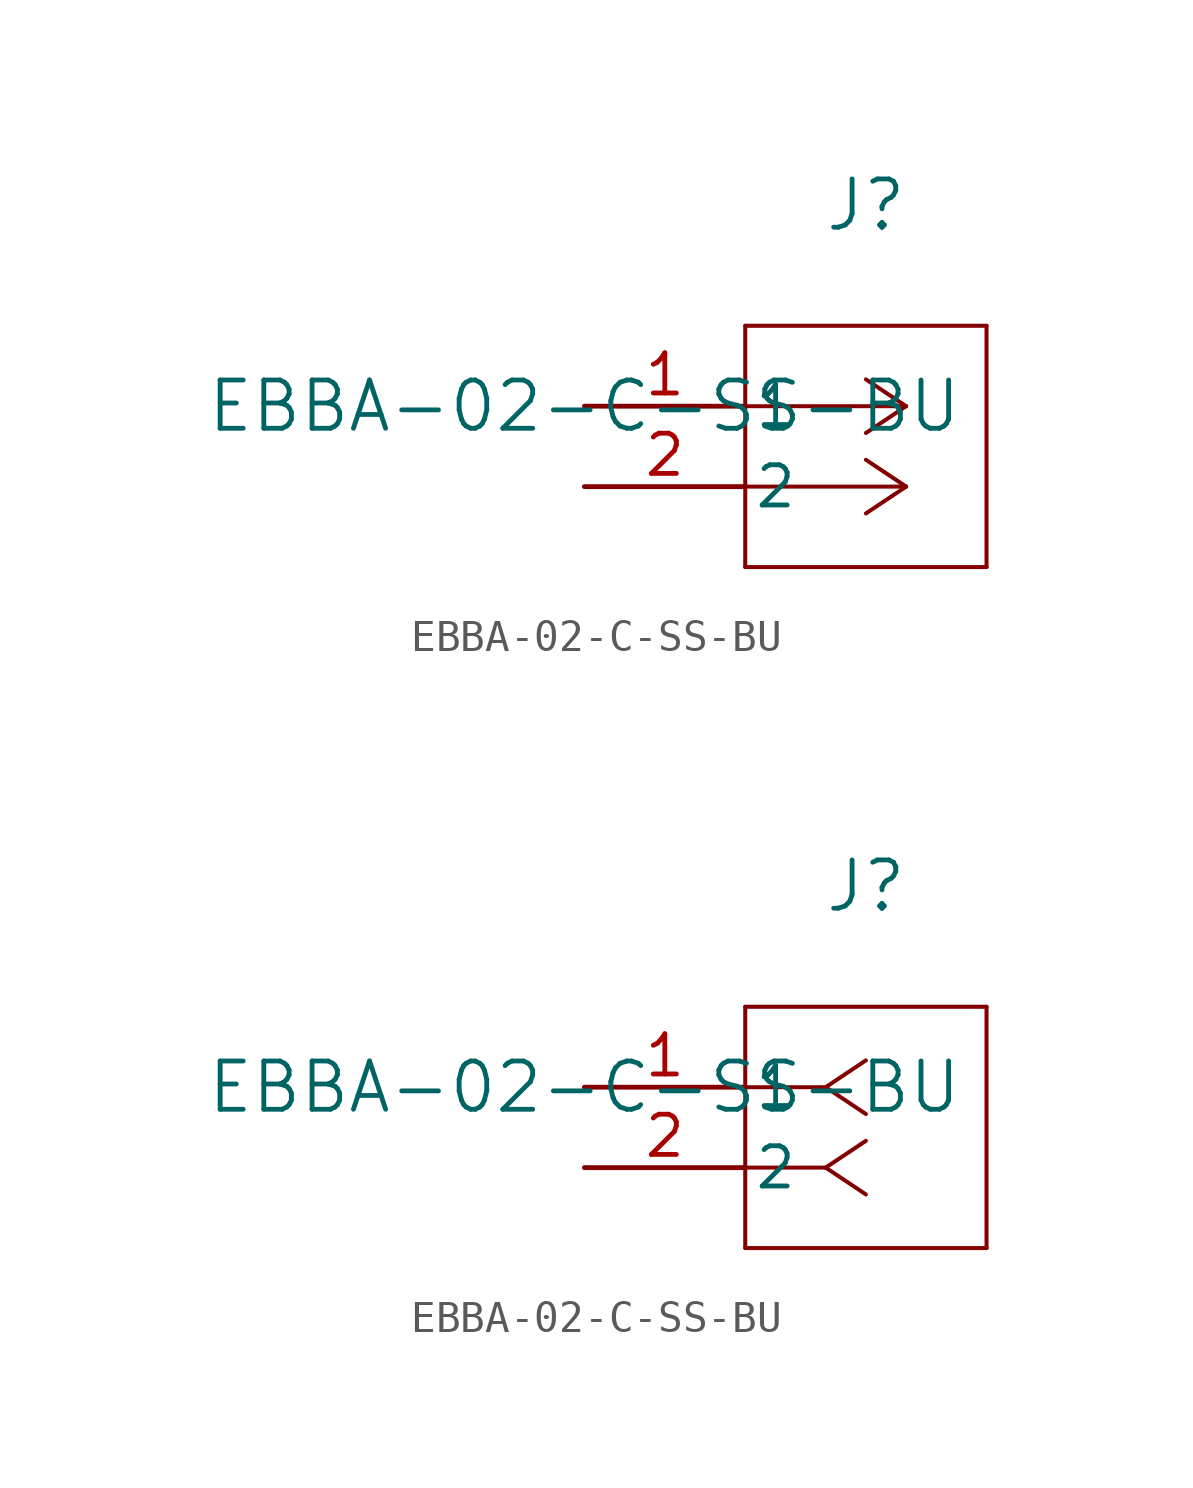
<source format=kicad_sym>
(kicad_symbol_lib
  (version 20241209)
  (generator "kicad_symbol_editor")
  (generator_version "9.0")
  (symbol "EBBA-02-C-SS-BU"
    (pin_names
      (offset 0.254))
    (property "Reference" "J"
      (at 8.89 6.35 0)
      (effects (font (size 1.524 1.524))))
    (property "Value" "EBBA-02-C-SS-BU"
      (at 0 0 0)
      (effects (font (size 1.524 1.524))))
    (symbol "EBBA-02-C-SS-BU_1_1"
      (polyline (pts (xy 5.08 2.54) (xy 5.08 -5.08)) (stroke (width 0.127) (type default)) (fill (type none)))
      (polyline (pts (xy 5.08 -5.08) (xy 12.7 -5.08)) (stroke (width 0.127) (type default)) (fill (type none)))
      (polyline (pts (xy 10.16 0) (xy 5.08 0)) (stroke (width 0.127) (type default)) (fill (type none)))
      (polyline (pts (xy 10.16 0) (xy 8.89 0.847)) (stroke (width 0.127) (type default)) (fill (type none)))
      (polyline (pts (xy 10.16 0) (xy 8.89 -0.847)) (stroke (width 0.127) (type default)) (fill (type none)))
      (polyline (pts (xy 10.16 -2.54) (xy 5.08 -2.54)) (stroke (width 0.127) (type default)) (fill (type none)))
      (polyline (pts (xy 10.16 -2.54) (xy 8.89 -1.693)) (stroke (width 0.127) (type default)) (fill (type none)))
      (polyline (pts (xy 10.16 -2.54) (xy 8.89 -3.387)) (stroke (width 0.127) (type default)) (fill (type none)))
      (polyline (pts (xy 12.7 2.54) (xy 5.08 2.54)) (stroke (width 0.127) (type default)) (fill (type none)))
      (polyline (pts (xy 12.7 -5.08) (xy 12.7 2.54)) (stroke (width 0.127) (type default)) (fill (type none)))
      (pin unspecified line (at 0 0 0) (length 5.08) (name "1" (effects (font (size 1.27 1.27)))) (number "1" (effects (font (size 1.27 1.27)))))
      (pin unspecified line (at 0 -2.54 0) (length 5.08) (name "2" (effects (font (size 1.27 1.27)))) (number "2" (effects (font (size 1.27 1.27))))))
    (symbol "EBBA-02-C-SS-BU_1_2"
      (polyline (pts (xy 5.08 2.54) (xy 5.08 -5.08)) (stroke (width 0.127) (type default)) (fill (type none)))
      (polyline (pts (xy 5.08 -5.08) (xy 12.7 -5.08)) (stroke (width 0.127) (type default)) (fill (type none)))
      (polyline (pts (xy 7.62 0) (xy 5.08 0)) (stroke (width 0.127) (type default)) (fill (type none)))
      (polyline (pts (xy 7.62 0) (xy 8.89 0.847)) (stroke (width 0.127) (type default)) (fill (type none)))
      (polyline (pts (xy 7.62 0) (xy 8.89 -0.847)) (stroke (width 0.127) (type default)) (fill (type none)))
      (polyline (pts (xy 7.62 -2.54) (xy 5.08 -2.54)) (stroke (width 0.127) (type default)) (fill (type none)))
      (polyline (pts (xy 7.62 -2.54) (xy 8.89 -1.693)) (stroke (width 0.127) (type default)) (fill (type none)))
      (polyline (pts (xy 7.62 -2.54) (xy 8.89 -3.387)) (stroke (width 0.127) (type default)) (fill (type none)))
      (polyline (pts (xy 12.7 2.54) (xy 5.08 2.54)) (stroke (width 0.127) (type default)) (fill (type none)))
      (polyline (pts (xy 12.7 -5.08) (xy 12.7 2.54)) (stroke (width 0.127) (type default)) (fill (type none)))
      (pin unspecified line (at 0 0 0) (length 5.08) (name "1" (effects (font (size 1.27 1.27)))) (number "1" (effects (font (size 1.27 1.27)))))
      (pin unspecified line (at 0 -2.54 0) (length 5.08) (name "2" (effects (font (size 1.27 1.27)))) (number "2" (effects (font (size 1.27 1.27))))))))
</source>
